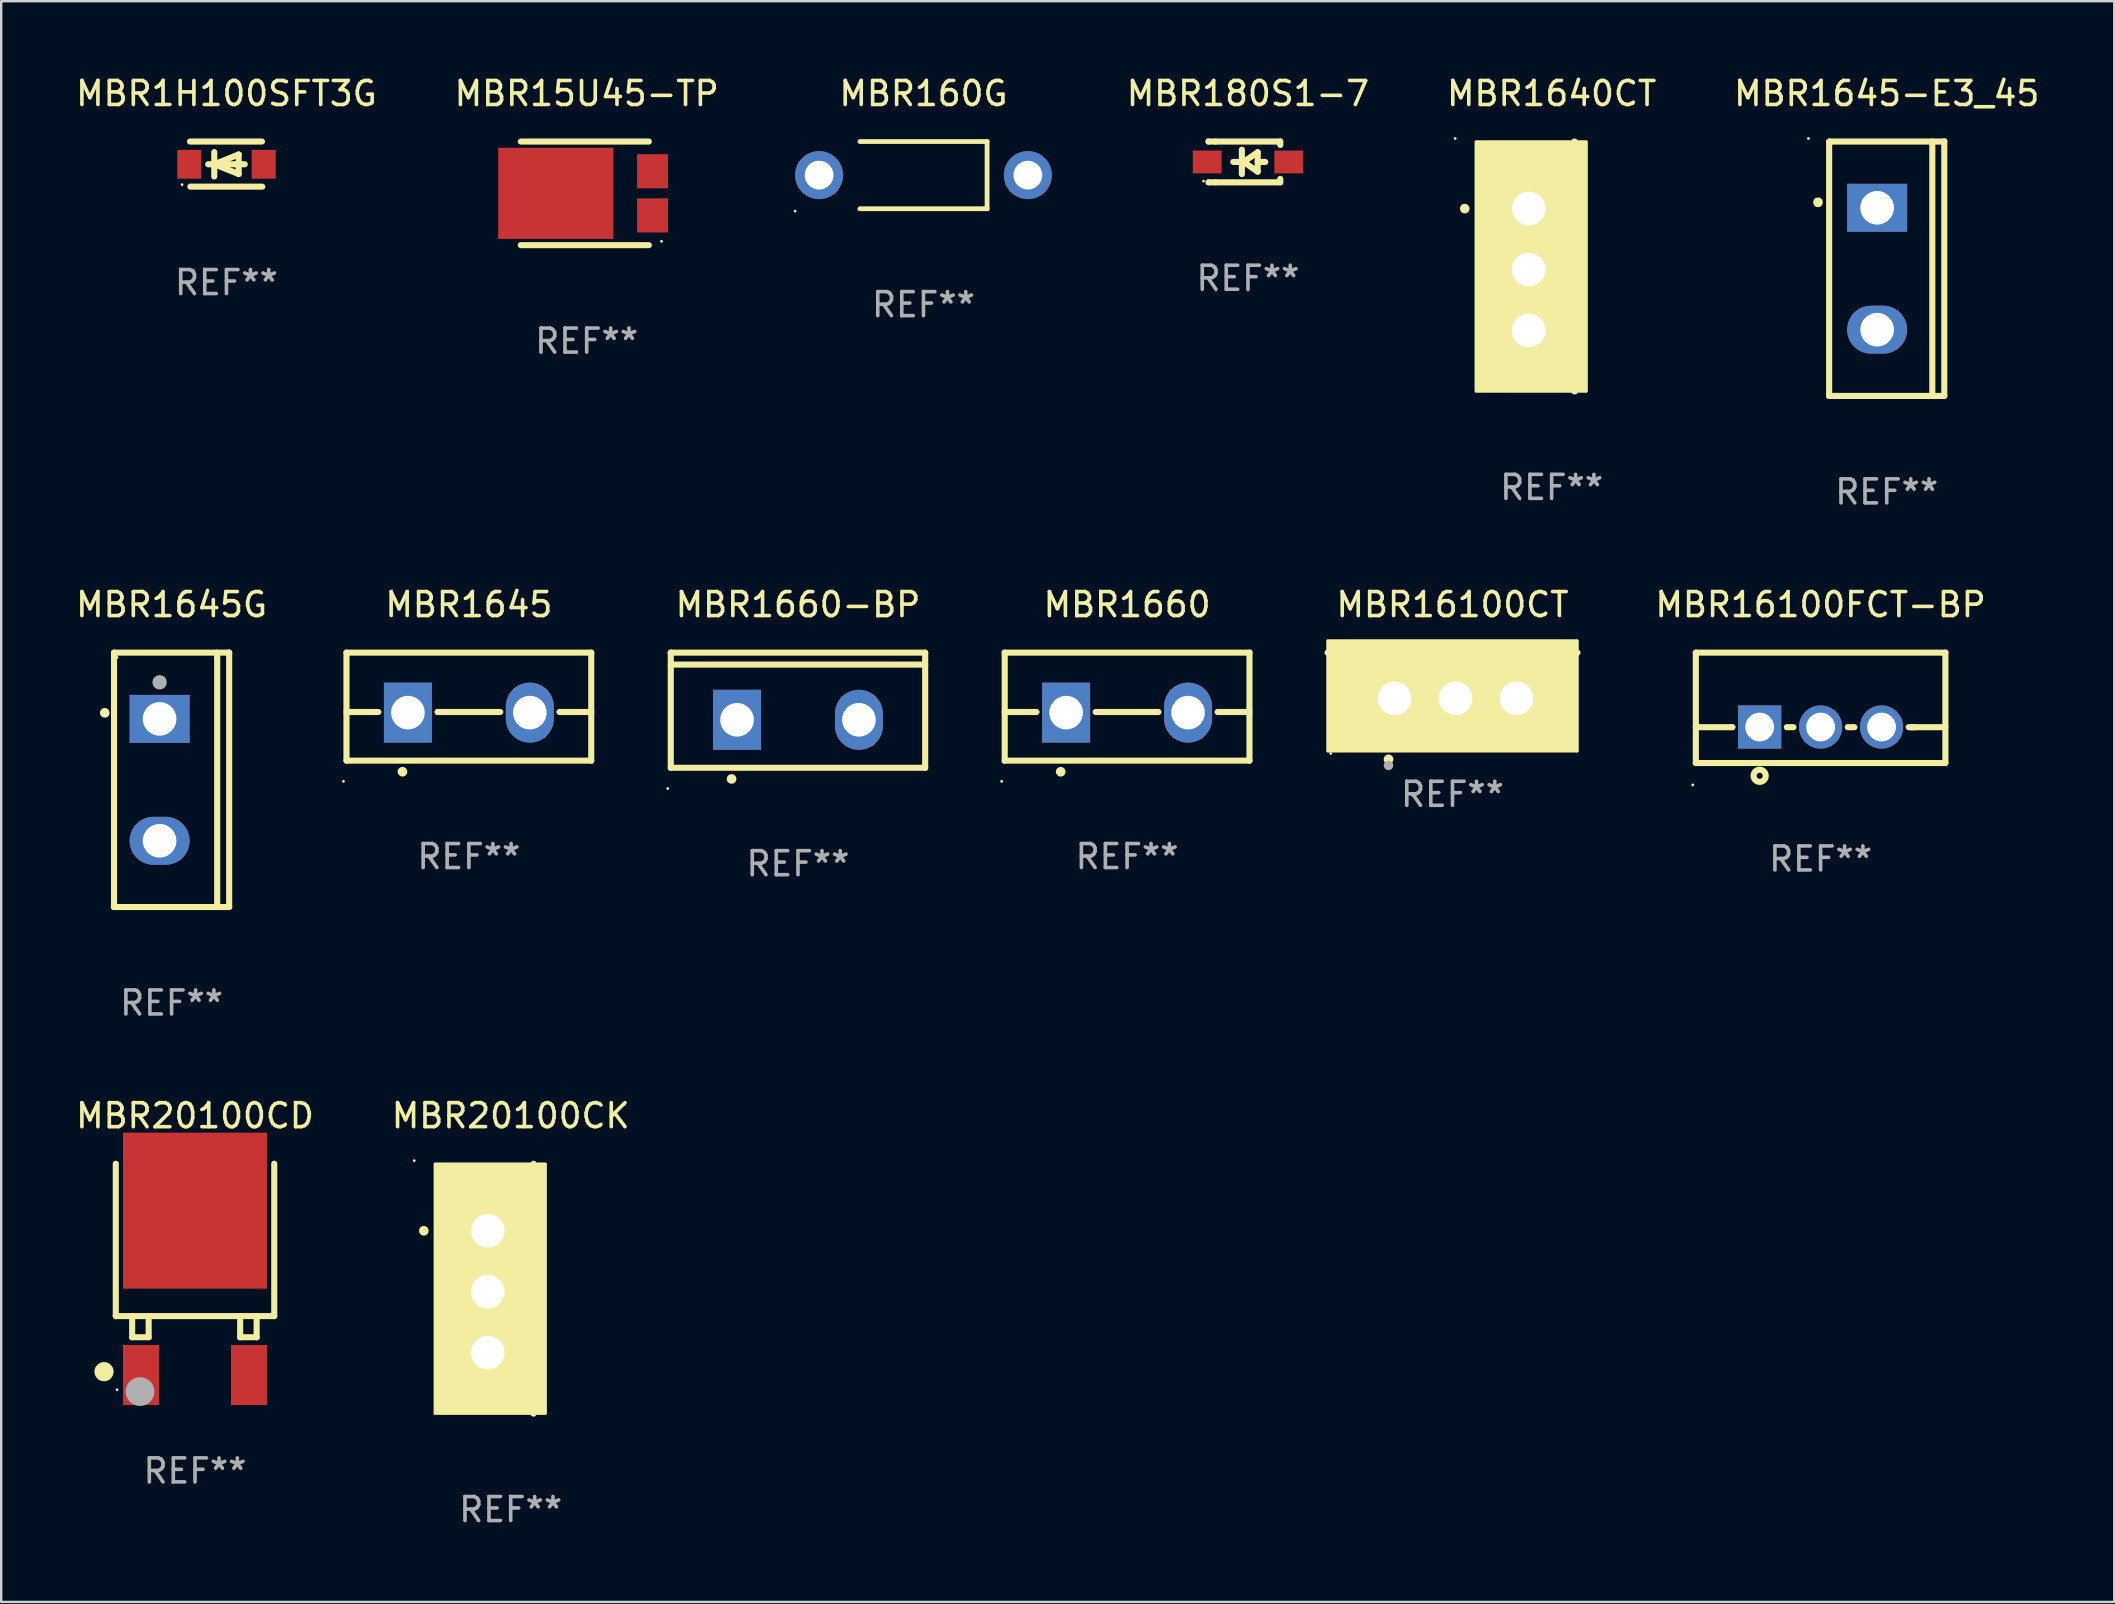
<source format=kicad_pcb>
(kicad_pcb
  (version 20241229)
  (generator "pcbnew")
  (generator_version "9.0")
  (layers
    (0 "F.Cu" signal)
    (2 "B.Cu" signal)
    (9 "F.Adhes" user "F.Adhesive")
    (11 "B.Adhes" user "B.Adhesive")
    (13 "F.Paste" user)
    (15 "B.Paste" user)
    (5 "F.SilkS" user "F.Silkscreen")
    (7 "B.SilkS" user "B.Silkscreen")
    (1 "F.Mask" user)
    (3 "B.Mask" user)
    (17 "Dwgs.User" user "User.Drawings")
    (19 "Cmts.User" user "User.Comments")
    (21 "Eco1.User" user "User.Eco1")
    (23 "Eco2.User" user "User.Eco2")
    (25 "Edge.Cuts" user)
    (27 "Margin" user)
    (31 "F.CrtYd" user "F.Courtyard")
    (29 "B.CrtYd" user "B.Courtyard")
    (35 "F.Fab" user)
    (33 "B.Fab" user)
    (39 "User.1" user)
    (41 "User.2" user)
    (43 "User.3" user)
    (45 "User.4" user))
  (footprint "MBR1645-E3_45"
    (layer "F.Cu")
    (at 75.575 8.149)
    (property "Reference" "MBR1645-E3_45" (at 0 -7.301 0) (layer "F.SilkS") (effects (font (size 1 1) (thickness 0.15))))
    (attr through_hole)
    (fp_line (start -2.399 -5.301) (end 2.394 -5.301) (stroke (width 0.254) (type solid)) (layer "F.SilkS"))
    (fp_line (start -2.399 5.301) (end -2.399 -5.301) (stroke (width 0.254) (type solid)) (layer "F.SilkS"))
    (fp_line (start 1.9 5.3) (end 1.9 -5.3) (stroke (width 0.254) (type solid)) (layer "F.SilkS"))
    (fp_line (start 2.394 -5.301) (end 2.399 -5.301) (stroke (width 0.254) (type solid)) (layer "F.SilkS"))
    (fp_line (start 2.399 -5.301) (end 2.399 5.301) (stroke (width 0.254) (type solid)) (layer "F.SilkS"))
    (fp_line (start 2.399 5.301) (end -2.399 5.301) (stroke (width 0.254) (type solid)) (layer "F.SilkS"))
    (fp_arc (start -2.863843 -2.766066) (mid -2.863847 -2.767336) (end -2.863843 -2.768606) (stroke (width 0.4) (type solid)) (layer "F.SilkS"))
    (fp_circle (center -3.264 -5.428) (end -3.234 -5.428) (stroke (width 0.06) (type solid)) (fill no) (layer "F.SilkS"))
    (fp_text user "REF**" (at 0 9.301 0) (layer "F.Fab") (effects (font (size 1 1) (thickness 0.15))))
    (pad "1" thru_hole rect (at -0.4 -2.54 270) (size 2 2.5) (drill 1.4) (layers "*.Cu" "*.Mask"))
    (pad "2" thru_hole oval (at -0.4 2.54 270) (size 2 2.5) (drill 1.4) (layers "*.Cu" "*.Mask")))
  (footprint "MBR20100CD"
    (layer "F.Cu")
    (at 5.077 49.848)
    (property "Reference" "MBR20100CD" (at 0 -6.402 0) (layer "F.SilkS") (effects (font (size 1 1) (thickness 0.15))))
    (attr through_hole)
    (fp_line (start -3.302 -4.402) (end -3.302 1.948) (stroke (width 0.254) (type solid)) (layer "F.SilkS"))
    (fp_line (start -3.302 1.948) (end 3.302 1.948) (stroke (width 0.254) (type solid)) (layer "F.SilkS"))
    (fp_line (start -2.619 1.948) (end -2.619 2.828) (stroke (width 0.254) (type solid)) (layer "F.SilkS"))
    (fp_line (start -2.619 2.828) (end -1.932 2.828) (stroke (width 0.254) (type solid)) (layer "F.SilkS"))
    (fp_line (start -1.932 2.828) (end -1.932 1.948) (stroke (width 0.254) (type solid)) (layer "F.SilkS"))
    (fp_line (start 1.881 1.948) (end 1.881 2.828) (stroke (width 0.254) (type solid)) (layer "F.SilkS"))
    (fp_line (start 1.881 2.828) (end 2.568 2.828) (stroke (width 0.254) (type solid)) (layer "F.SilkS"))
    (fp_line (start 2.568 2.828) (end 2.568 1.948) (stroke (width 0.254) (type solid)) (layer "F.SilkS"))
    (fp_line (start 3.302 1.948) (end 3.302 -4.402) (stroke (width 0.254) (type solid)) (layer "F.SilkS"))
    (fp_circle (center -3.792 4.263) (end -3.592 4.263) (stroke (width 0.4) (type solid)) (fill no) (layer "F.SilkS"))
    (fp_circle (center -3.25 5.016) (end -3.22 5.016) (stroke (width 0.06) (type solid)) (fill no) (layer "F.SilkS"))
    (fp_circle (center -2.292 5.093) (end -1.992 5.093) (stroke (width 0.6) (type solid)) (fill no) (layer "F.Fab"))
    (fp_text user "REF**" (at 0 8.402 0) (layer "F.Fab") (effects (font (size 1 1) (thickness 0.15))))
    (pad "1" smd rect (at -2.252 4.402) (size 1.5 2.5) (layers "F.Cu" "F.Mask" "F.Paste"))
    (pad "2" smd rect (at -0.002 -2.447) (size 6 6.5) (layers "F.Cu" "F.Mask" "F.Paste"))
    (pad "3" smd rect (at 2.248 4.402) (size 1.5 2.5) (layers "F.Cu" "F.Mask" "F.Paste")))
  (footprint "MBR160G"
    (layer "F.Cu")
    (at 35.434 4.248)
    (property "Reference" "MBR160G" (at 0 -3.4 0) (layer "F.SilkS") (effects (font (size 1 1) (thickness 0.15))))
    (attr through_hole)
    (fp_line (start -2.65 1.4) (end 2.65 1.4) (stroke (width 0.2) (type solid)) (layer "F.SilkS"))
    (fp_line (start 2.65 -1.4) (end -2.65 -1.4) (stroke (width 0.2) (type solid)) (layer "F.SilkS"))
    (fp_line (start 2.65 1.4) (end 2.65 -1.4) (stroke (width 0.2) (type solid)) (layer "F.SilkS"))
    (fp_circle (center -5.35 1.5) (end -5.32 1.5) (stroke (width 0.06) (type solid)) (fill no) (layer "F.SilkS"))
    (fp_text user "REF**" (at 0 5.4 0) (layer "F.Fab") (effects (font (size 1 1) (thickness 0.15))))
    (pad "1" thru_hole circle (at -4.35 0) (size 2 2) (drill 1.2) (layers "*.Cu" "*.Mask"))
    (pad "2" thru_hole circle (at 4.35 0) (size 2 2) (drill 1.2) (layers "*.Cu" "*.Mask")))
  (footprint "MBR1645G"
    (layer "F.Cu")
    (at 4.101 29.448)
    (property "Reference" "MBR1645G" (at 0 -7.301 0) (layer "F.SilkS") (effects (font (size 1 1) (thickness 0.15))))
    (attr through_hole)
    (fp_line (start -2.399 -5.301) (end 2.394 -5.301) (stroke (width 0.254) (type solid)) (layer "F.SilkS"))
    (fp_line (start -2.399 5.301) (end -2.399 -5.301) (stroke (width 0.254) (type solid)) (layer "F.SilkS"))
    (fp_line (start 1.9 -5.061) (end 1.9 -5.3) (stroke (width 0.254) (type solid)) (layer "F.SilkS"))
    (fp_line (start 1.9 5.3) (end 1.9 -5.061) (stroke (width 0.254) (type solid)) (layer "F.SilkS"))
    (fp_line (start 2.394 -5.301) (end 2.399 -5.301) (stroke (width 0.254) (type solid)) (layer "F.SilkS"))
    (fp_line (start 2.399 -5.301) (end 2.399 5.301) (stroke (width 0.254) (type solid)) (layer "F.SilkS"))
    (fp_line (start 2.399 5.301) (end -2.399 5.301) (stroke (width 0.254) (type solid)) (layer "F.SilkS"))
    (fp_arc (start -2.786043 -2.791466) (mid -2.786047 -2.792736) (end -2.786043 -2.794006) (stroke (width 0.4) (type solid)) (layer "F.SilkS"))
    (fp_circle (center -2.275 -5.1) (end -2.245 -5.1) (stroke (width 0.06) (type solid)) (fill no) (layer "F.SilkS"))
    (fp_circle (center -0.5 -4.064) (end -0.35 -4.064) (stroke (width 0.3) (type solid)) (fill no) (layer "F.Fab"))
    (fp_text user "REF**" (at 0 9.301 0) (layer "F.Fab") (effects (font (size 1 1) (thickness 0.15))))
    (pad "1" thru_hole rect (at -0.5 -2.54 270) (size 2 2.5) (drill 1.4) (layers "*.Cu" "*.Mask"))
    (pad "3" thru_hole oval (at -0.5 2.54 270) (size 2 2.5) (drill 1.4) (layers "*.Cu" "*.Mask")))
  (footprint "MBR20100CK"
    (layer "F.Cu")
    (at 18.232 50.652)
    (property "Reference" "MBR20100CK" (at 0 -7.207 0) (layer "F.SilkS") (effects (font (size 1 1) (thickness 0.15))))
    (attr through_hole)
    (fp_line (start 0.953 5.207) (end 0.953 -5.207) (stroke (width 0.254) (type solid)) (layer "F.SilkS"))
    (fp_arc (start -3.619507 -2.410465) (mid -3.619511 -2.411735) (end -3.619507 -2.413005) (stroke (width 0.4) (type solid)) (layer "F.SilkS"))
    (fp_circle (center -4.02 -5.334) (end -3.99 -5.334) (stroke (width 0.06) (type solid)) (fill no) (layer "F.SilkS"))
    (fp_poly (pts (xy -3.152 -5.2) (xy 1.448 -5.2) (xy 1.448 5.2) (xy -3.152 5.2)) (stroke (width 0.12) (type solid)) (fill yes) (layer "F.SilkS"))
    (fp_text user "REF**" (at 0 9.207 0) (layer "F.Fab") (effects (font (size 1 1) (thickness 0.15))))
    (pad "1" thru_hole rect (at -0.953 -2.413 270) (size 2 2.5) (drill 1.4) (layers "*.Cu" "*.Mask"))
    (pad "2" thru_hole oval (at -0.953 0.127 270) (size 2 2.5) (drill 1.4) (layers "*.Cu" "*.Mask"))
    (pad "3" thru_hole oval (at -0.953 2.667 270) (size 2 2.5) (drill 1.4) (layers "*.Cu" "*.Mask")))
  (footprint "MBR1645"
    (layer "F.Cu")
    (at 16.489 26.397)
    (property "Reference" "MBR1645" (at 0 -4.25 0) (layer "F.SilkS") (effects (font (size 1 1) (thickness 0.15))))
    (attr through_hole)
    (fp_line (start -5.1 -2.25) (end -5.1 2.25) (stroke (width 0.254) (type solid)) (layer "F.SilkS"))
    (fp_line (start -5.1 0.224) (end -3.772 0.224) (stroke (width 0.254) (type solid)) (layer "F.SilkS"))
    (fp_line (start -5.1 2.25) (end 5.1 2.25) (stroke (width 0.254) (type solid)) (layer "F.SilkS"))
    (fp_line (start -1.308 0.224) (end 1.309 0.224) (stroke (width 0.254) (type solid)) (layer "F.SilkS"))
    (fp_line (start 3.771 0.224) (end 5.1 0.224) (stroke (width 0.254) (type solid)) (layer "F.SilkS"))
    (fp_line (start 5.1 -2.25) (end -5.1 -2.25) (stroke (width 0.254) (type solid)) (layer "F.SilkS"))
    (fp_line (start 5.1 -2.25) (end 5.1 2.25) (stroke (width 0.254) (type solid)) (layer "F.SilkS"))
    (fp_arc (start -2.768606 2.713805) (mid -2.767336 2.713801) (end -2.766066 2.713805) (stroke (width 0.4) (type solid)) (layer "F.SilkS"))
    (fp_circle (center -5.227 3.114) (end -5.197 3.114) (stroke (width 0.06) (type solid)) (fill no) (layer "F.SilkS"))
    (fp_text user "REF**" (at 0 6.25 0) (layer "F.Fab") (effects (font (size 1 1) (thickness 0.15))))
    (pad "1" thru_hole rect (at -2.54 0.25) (size 2 2.5) (drill 1.4) (layers "*.Cu" "*.Mask"))
    (pad "3" thru_hole oval (at 2.54 0.25) (size 2 2.5) (drill 1.4) (layers "*.Cu" "*.Mask")))
  (footprint "MBR15U45-TP"
    (layer "F.Cu")
    (at 21.399 5.007)
    (property "Reference" "MBR15U45-TP" (at 0 -4.159 0) (layer "F.SilkS") (effects (font (size 1 1) (thickness 0.15))))
    (attr through_hole)
    (fp_line (start -2.744 2.159) (end 2.59 2.159) (stroke (width 0.254) (type solid)) (layer "F.SilkS"))
    (fp_line (start 2.59 -2.159) (end -2.744 -2.159) (stroke (width 0.254) (type solid)) (layer "F.SilkS"))
    (fp_circle (center 3.119 2) (end 3.149 2) (stroke (width 0.06) (type solid)) (fill no) (layer "F.SilkS"))
    (fp_text user "REF**" (at 0 6.159 0) (layer "F.Fab") (effects (font (size 1 1) (thickness 0.15))))
    (pad "1" smd rect (at 2.744 0.92) (size 1.29 1.422) (layers "F.Cu" "F.Mask" "F.Paste"))
    (pad "2" smd rect (at -1.288 0 90) (size 3.8 4.8) (layers "F.Cu" "F.Mask" "F.Paste"))
    (pad "3" smd rect (at 2.744 -0.92) (size 1.29 1.422) (layers "F.Cu" "F.Mask" "F.Paste")))
  (footprint "MBR1H100SFT3G"
    (layer "F.Cu")
    (at 6.387 3.788)
    (property "Reference" "MBR1H100SFT3G" (at 0 -2.94 0) (layer "F.SilkS") (effects (font (size 1 1) (thickness 0.15))))
    (attr through_hole)
    (fp_line (start -1.52 -0.94) (end 1.48 -0.94) (stroke (width 0.254) (type solid)) (layer "F.SilkS"))
    (fp_line (start -1.507 0.94) (end 1.493 0.94) (stroke (width 0.254) (type solid)) (layer "F.SilkS"))
    (fp_line (start -0.762 0.007) (end 0.762 0.007) (stroke (width 0.254) (type solid)) (layer "F.SilkS"))
    (fp_line (start -0.508 -0.501) (end -0.508 0.515) (stroke (width 0.254) (type solid)) (layer "F.SilkS"))
    (fp_line (start -0.508 0.007) (end 0.508 -0.4) (stroke (width 0.254) (type solid)) (layer "F.SilkS"))
    (fp_line (start 0.508 -0.4) (end 0.508 0.413) (stroke (width 0.254) (type solid)) (layer "F.SilkS"))
    (fp_line (start 0.508 0.413) (end -0.508 0.007) (stroke (width 0.254) (type solid)) (layer "F.SilkS"))
    (fp_circle (center -1.85 0.857) (end -1.82 0.857) (stroke (width 0.06) (type solid)) (fill no) (layer "F.SilkS"))
    (fp_text user "REF**" (at 0 4.94 0) (layer "F.Fab") (effects (font (size 1 1) (thickness 0.15))))
    (pad "1" smd rect (at -1.55 0.007) (size 1 1.2) (layers "F.Cu" "F.Mask" "F.Paste"))
    (pad "2" smd rect (at 1.55 0.007) (size 1 1.2) (layers "F.Cu" "F.Mask" "F.Paste")))
  (footprint "MBR16100FCT-BP"
    (layer "F.Cu")
    (at 72.82 26.447)
    (property "Reference" "MBR16100FCT-BP" (at 0 -4.3 0) (layer "F.SilkS") (effects (font (size 1 1) (thickness 0.15))))
    (attr through_hole)
    (fp_line (start -5.2 -2.3) (end -5.2 2.3) (stroke (width 0.254) (type solid)) (layer "F.SilkS"))
    (fp_line (start -5.2 -2.3) (end 5.2 -2.3) (stroke (width 0.254) (type solid)) (layer "F.SilkS"))
    (fp_line (start -5.2 0.807) (end -3.731 0.807) (stroke (width 0.254) (type solid)) (layer "F.SilkS"))
    (fp_line (start -5.2 2.3) (end 5.2 2.3) (stroke (width 0.254) (type solid)) (layer "F.SilkS"))
    (fp_line (start -3.731 0.807) (end -3.671 0.807) (stroke (width 0.254) (type solid)) (layer "F.SilkS"))
    (fp_line (start -1.409 0.807) (end -1.131 0.807) (stroke (width 0.254) (type solid)) (layer "F.SilkS"))
    (fp_line (start 1.131 0.807) (end 1.409 0.807) (stroke (width 0.254) (type solid)) (layer "F.SilkS"))
    (fp_line (start 3.671 0.807) (end 3.926 0.807) (stroke (width 0.254) (type solid)) (layer "F.SilkS"))
    (fp_line (start 3.731 0.807) (end 5.2 0.807) (stroke (width 0.254) (type solid)) (layer "F.SilkS"))
    (fp_line (start 5.2 -2.3) (end 5.2 2.3) (stroke (width 0.254) (type solid)) (layer "F.SilkS"))
    (fp_circle (center -5.327 3.213) (end -5.297 3.213) (stroke (width 0.06) (type solid)) (fill no) (layer "F.SilkS"))
    (fp_circle (center -2.54 2.832) (end -2.286 2.832) (stroke (width 0.254) (type solid)) (fill no) (layer "F.SilkS"))
    (fp_text user "REF**" (at 0 6.3 0) (layer "F.Fab") (effects (font (size 1 1) (thickness 0.15))))
    (pad "1" thru_hole rect (at -2.54 0.8) (size 1.8 1.8) (drill 1.2) (layers "*.Cu" "*.Mask"))
    (pad "2" thru_hole circle (at 0 0.8) (size 1.8 1.8) (drill 1.2) (layers "*.Cu" "*.Mask"))
    (pad "3" thru_hole circle (at 2.54 0.8) (size 1.8 1.8) (drill 1.2) (layers "*.Cu" "*.Mask")))
  (footprint "MBR16100CT"
    (layer "F.Cu")
    (at 57.48 25.099)
    (property "Reference" "MBR16100CT" (at 0 -2.953 0) (layer "F.SilkS") (effects (font (size 1 1) (thickness 0.15))))
    (attr through_hole)
    (fp_line (start 5.207 -0.953) (end -5.207 -0.953) (stroke (width 0.254) (type solid)) (layer "F.SilkS"))
    (fp_arc (start -2.66698 3.49252) (mid -2.66571 3.492516) (end -2.66444 3.49252) (stroke (width 0.4) (type solid)) (layer "F.SilkS"))
    (fp_circle (center -5.073 3.252) (end -5.043 3.252) (stroke (width 0.06) (type solid)) (fill no) (layer "F.SilkS"))
    (fp_poly (pts (xy -5.2 -1.448) (xy 5.2 -1.448) (xy 5.2 3.152) (xy -5.2 3.152)) (stroke (width 0.12) (type solid)) (fill yes) (layer "F.SilkS"))
    (fp_circle (center -2.667 3.747) (end -2.567 3.747) (stroke (width 0.2) (type solid)) (fill no) (layer "F.Fab"))
    (fp_text user "REF**" (at 0 4.953 0) (layer "F.Fab") (effects (font (size 1 1) (thickness 0.15))))
    (pad "1" thru_hole rect (at -2.413 0.953) (size 2 2.5) (drill 1.4) (layers "*.Cu" "*.Mask"))
    (pad "2" thru_hole oval (at 0.127 0.953) (size 2 2.5) (drill 1.4) (layers "*.Cu" "*.Mask"))
    (pad "3" thru_hole oval (at 2.667 0.953) (size 2 2.5) (drill 1.4) (layers "*.Cu" "*.Mask")))
  (footprint "MBR1640CT"
    (layer "F.Cu")
    (at 61.611 8.055)
    (property "Reference" "MBR1640CT" (at 0 -7.207 0) (layer "F.SilkS") (effects (font (size 1 1) (thickness 0.15))))
    (attr through_hole)
    (fp_line (start 0.953 5.207) (end 0.953 -5.207) (stroke (width 0.254) (type solid)) (layer "F.SilkS"))
    (fp_arc (start -3.619507 -2.410465) (mid -3.619511 -2.411735) (end -3.619507 -2.413005) (stroke (width 0.4) (type solid)) (layer "F.SilkS"))
    (fp_circle (center -4.02 -5.334) (end -3.99 -5.334) (stroke (width 0.06) (type solid)) (fill no) (layer "F.SilkS"))
    (fp_poly (pts (xy -3.152 -5.2) (xy 1.448 -5.2) (xy 1.448 5.2) (xy -3.152 5.2)) (stroke (width 0.12) (type solid)) (fill yes) (layer "F.SilkS"))
    (fp_text user "REF**" (at 0 9.207 0) (layer "F.Fab") (effects (font (size 1 1) (thickness 0.15))))
    (pad "1" thru_hole rect (at -0.953 -2.413 270) (size 2 2.5) (drill 1.4) (layers "*.Cu" "*.Mask"))
    (pad "2" thru_hole oval (at -0.953 0.127 270) (size 2 2.5) (drill 1.4) (layers "*.Cu" "*.Mask"))
    (pad "3" thru_hole oval (at -0.953 2.667 270) (size 2 2.5) (drill 1.4) (layers "*.Cu" "*.Mask")))
  (footprint "MBR180S1-7"
    (layer "F.Cu")
    (at 48.956 3.698)
    (property "Reference" "MBR180S1-7" (at 0 -2.85 0) (layer "F.SilkS") (effects (font (size 1 1) (thickness 0.15))))
    (attr through_hole)
    (fp_line (start -1.643 -0.85) (end -1.644 -0.849) (stroke (width 0.254) (type solid)) (layer "F.SilkS"))
    (fp_line (start -1.638 0.85) (end -1.639 0.849) (stroke (width 0.254) (type solid)) (layer "F.SilkS"))
    (fp_line (start -1.346 -0.85) (end -1.643 -0.85) (stroke (width 0.254) (type solid)) (layer "F.SilkS"))
    (fp_line (start -1.346 -0.85) (end 1.346 -0.85) (stroke (width 0.254) (type solid)) (layer "F.SilkS"))
    (fp_line (start -1.346 0.85) (end -1.638 0.85) (stroke (width 0.254) (type solid)) (layer "F.SilkS"))
    (fp_line (start -0.28 0) (end -0.61 0) (stroke (width 0.254) (type solid)) (layer "F.SilkS"))
    (fp_line (start -0.254 -0.508) (end -0.254 0.508) (stroke (width 0.254) (type solid)) (layer "F.SilkS"))
    (fp_line (start -0.178 0) (end 0.406 -0.406) (stroke (width 0.254) (type solid)) (layer "F.SilkS"))
    (fp_line (start 0.406 -0.406) (end 0.406 0.406) (stroke (width 0.254) (type solid)) (layer "F.SilkS"))
    (fp_line (start 0.406 -0.000254) (end 0.72 -0.000254) (stroke (width 0.254) (type solid)) (layer "F.SilkS"))
    (fp_line (start 0.406 0.406) (end -0.178 0) (stroke (width 0.254) (type solid)) (layer "F.SilkS"))
    (fp_line (start 1.346 -0.85) (end 1.346 -0.706) (stroke (width 0.254) (type solid)) (layer "F.SilkS"))
    (fp_line (start 1.346 0.706) (end 1.346 0.85) (stroke (width 0.254) (type solid)) (layer "F.SilkS"))
    (fp_line (start 1.346 0.85) (end -1.346 0.85) (stroke (width 0.254) (type solid)) (layer "F.SilkS"))
    (fp_circle (center -1.85 0.8) (end -1.82 0.8) (stroke (width 0.06) (type solid)) (fill no) (layer "F.SilkS"))
    (fp_text user "REF**" (at 0 4.85 0) (layer "F.Fab") (effects (font (size 1 1) (thickness 0.15))))
    (pad "1" smd rect (at -1.7 0) (size 1.2 0.95) (layers "F.Cu" "F.Mask" "F.Paste"))
    (pad "2" smd rect (at 1.7 0) (size 1.2 0.95) (layers "F.Cu" "F.Mask" "F.Paste")))
  (footprint "MBR1660"
    (layer "F.Cu")
    (at 43.919 26.397)
    (property "Reference" "MBR1660" (at 0 -4.25 0) (layer "F.SilkS") (effects (font (size 1 1) (thickness 0.15))))
    (attr through_hole)
    (fp_line (start -5.1 -2.25) (end -5.1 2.25) (stroke (width 0.254) (type solid)) (layer "F.SilkS"))
    (fp_line (start -5.1 0.224) (end -3.772 0.224) (stroke (width 0.254) (type solid)) (layer "F.SilkS"))
    (fp_line (start -5.1 2.25) (end 5.1 2.25) (stroke (width 0.254) (type solid)) (layer "F.SilkS"))
    (fp_line (start -1.308 0.224) (end 1.309 0.224) (stroke (width 0.254) (type solid)) (layer "F.SilkS"))
    (fp_line (start 3.771 0.224) (end 5.1 0.224) (stroke (width 0.254) (type solid)) (layer "F.SilkS"))
    (fp_line (start 5.1 -2.25) (end -5.1 -2.25) (stroke (width 0.254) (type solid)) (layer "F.SilkS"))
    (fp_line (start 5.1 -2.25) (end 5.1 2.25) (stroke (width 0.254) (type solid)) (layer "F.SilkS"))
    (fp_arc (start -2.768606 2.713805) (mid -2.767336 2.713801) (end -2.766066 2.713805) (stroke (width 0.4) (type solid)) (layer "F.SilkS"))
    (fp_circle (center -5.227 3.114) (end -5.197 3.114) (stroke (width 0.06) (type solid)) (fill no) (layer "F.SilkS"))
    (fp_text user "REF**" (at 0 6.25 0) (layer "F.Fab") (effects (font (size 1 1) (thickness 0.15))))
    (pad "1" thru_hole rect (at -2.54 0.25) (size 2 2.5) (drill 1.4) (layers "*.Cu" "*.Mask"))
    (pad "3" thru_hole oval (at 2.54 0.25) (size 2 2.5) (drill 1.4) (layers "*.Cu" "*.Mask")))
  (footprint "MBR1660-BP"
    (layer "F.Cu")
    (at 30.204 26.546)
    (property "Reference" "MBR1660-BP" (at 0 -4.399 0) (layer "F.SilkS") (effects (font (size 1 1) (thickness 0.15))))
    (attr through_hole)
    (fp_line (start -5.301 -2.399) (end 5.301 -2.399) (stroke (width 0.254) (type solid)) (layer "F.SilkS"))
    (fp_line (start -5.301 -2.394) (end -5.301 -2.399) (stroke (width 0.254) (type solid)) (layer "F.SilkS"))
    (fp_line (start -5.301 2.399) (end -5.301 -2.394) (stroke (width 0.254) (type solid)) (layer "F.SilkS"))
    (fp_line (start 5.3 -1.9) (end -5.3 -1.9) (stroke (width 0.254) (type solid)) (layer "F.SilkS"))
    (fp_line (start 5.301 -2.399) (end 5.301 2.399) (stroke (width 0.254) (type solid)) (layer "F.SilkS"))
    (fp_line (start 5.301 2.399) (end -5.301 2.399) (stroke (width 0.254) (type solid)) (layer "F.SilkS"))
    (fp_arc (start -2.768606 2.863843) (mid -2.767336 2.863839) (end -2.766066 2.863843) (stroke (width 0.4) (type solid)) (layer "F.SilkS"))
    (fp_circle (center -5.428 3.264) (end -5.398 3.264) (stroke (width 0.06) (type solid)) (fill no) (layer "F.SilkS"))
    (fp_text user "REF**" (at 0 6.399 0) (layer "F.Fab") (effects (font (size 1 1) (thickness 0.15))))
    (pad "1" thru_hole rect (at -2.54 0.4) (size 2 2.5) (drill 1.4) (layers "*.Cu" "*.Mask"))
    (pad "2" thru_hole oval (at 2.54 0.4) (size 2 2.5) (drill 1.4) (layers "*.Cu" "*.Mask")))
  (gr_rect
    (start -3 -3)
    (end 85.058 63.708)
    (stroke (width 0.1) (type default))
    (fill no)
    (layer "Edge.Cuts")))
</source>
